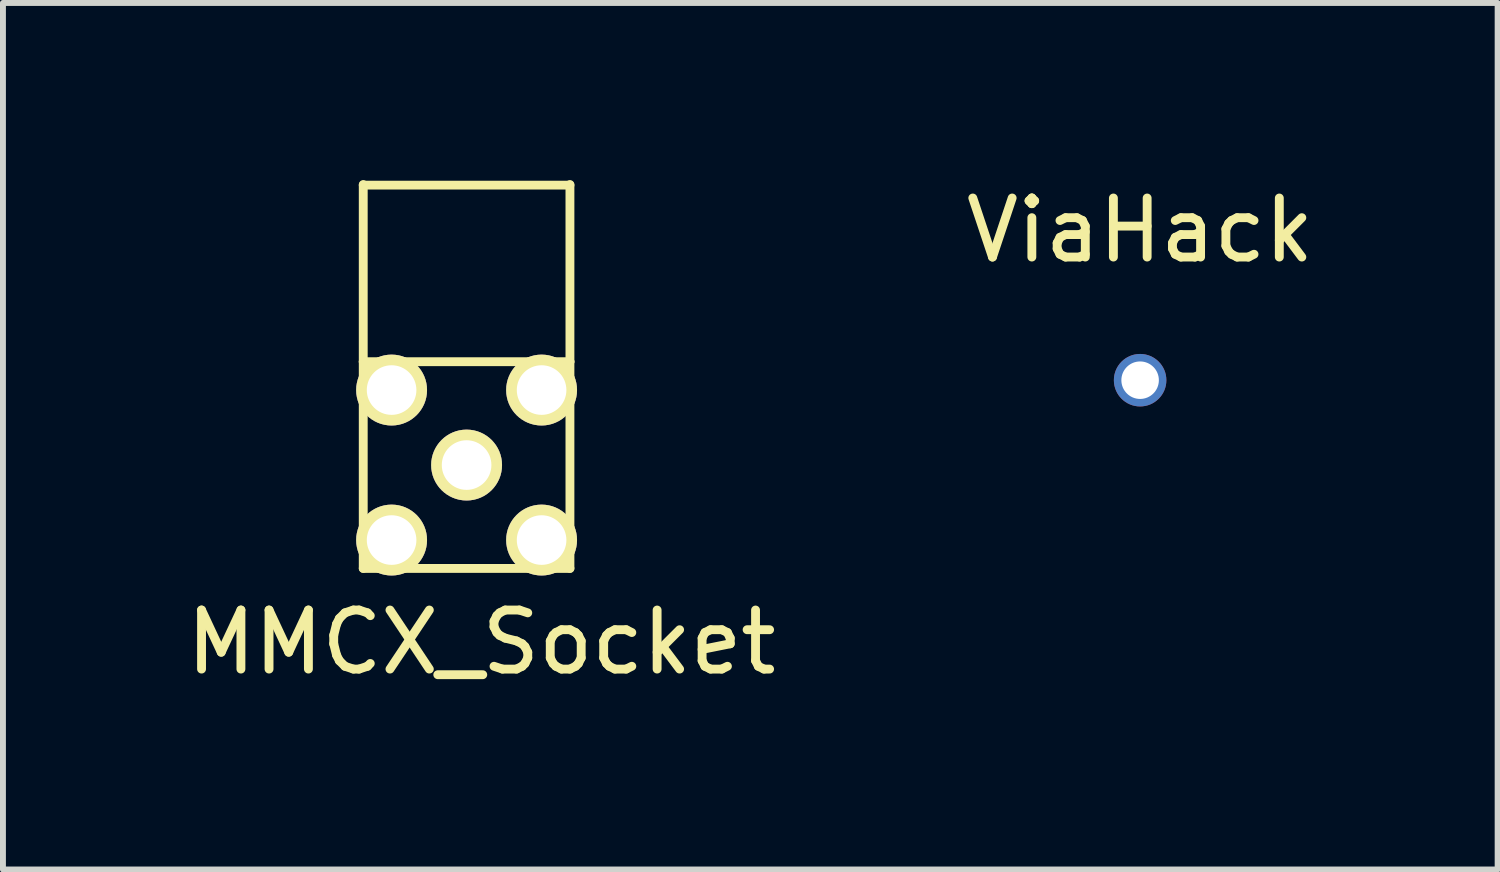
<source format=kicad_pcb>
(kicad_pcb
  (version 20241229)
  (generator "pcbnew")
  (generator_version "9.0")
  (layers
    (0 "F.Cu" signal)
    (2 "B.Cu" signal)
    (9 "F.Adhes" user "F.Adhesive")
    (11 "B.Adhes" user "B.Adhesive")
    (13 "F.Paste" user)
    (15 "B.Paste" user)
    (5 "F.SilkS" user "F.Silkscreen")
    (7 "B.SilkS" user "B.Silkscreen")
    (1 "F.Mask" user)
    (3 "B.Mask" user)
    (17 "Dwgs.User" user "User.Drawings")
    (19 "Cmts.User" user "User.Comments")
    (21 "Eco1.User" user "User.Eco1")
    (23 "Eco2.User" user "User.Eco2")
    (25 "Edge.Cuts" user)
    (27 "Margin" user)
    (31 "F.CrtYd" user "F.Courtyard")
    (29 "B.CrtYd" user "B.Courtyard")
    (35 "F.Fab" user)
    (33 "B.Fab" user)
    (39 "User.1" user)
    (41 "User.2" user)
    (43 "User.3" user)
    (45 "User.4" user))
  (footprint "ViaHack"
    (layer "F.Cu")
    (at 16.256 3.388)
    (property "Reference" "ViaHack" (at 0 -2.54 0) (layer "F.SilkS") (effects (font (size 1 1) (thickness 0.15))))
    (attr through_hole)
    (pad "1" thru_hole circle (at 0 0) (size 0.889 0.889) (drill 0.635) (layers "*.Cu")))
  (footprint "MMCX_Socket"
    (layer "F.Cu")
    (at 4.851 4.825)
    (property "Reference" "MMCX_Socket" (at 0.25 3 0) (layer "F.SilkS") (effects (font (size 1 1) (thickness 0.15))))
    (attr through_hole)
    (fp_line (start -1.75 -4.75) (end -1.75 -1.75) (stroke (width 0.15) (type solid)) (layer "F.SilkS"))
    (fp_line (start -1.75 -1.75) (end -1.75 1.75) (stroke (width 0.15) (type solid)) (layer "F.SilkS"))
    (fp_line (start -1.75 1.75) (end 1.75 1.75) (stroke (width 0.15) (type solid)) (layer "F.SilkS"))
    (fp_line (start 1.75 -4.75) (end 1.75 -1.75) (stroke (width 0.15) (type solid)) (layer "F.SilkS"))
    (fp_line (start 1.75 -4.74) (end -1.75 -4.74) (stroke (width 0.15) (type solid)) (layer "F.SilkS"))
    (fp_line (start 1.75 -1.75) (end -1.75 -1.75) (stroke (width 0.15) (type solid)) (layer "F.SilkS"))
    (fp_line (start 1.75 1.75) (end 1.75 -1.75) (stroke (width 0.15) (type solid)) (layer "F.SilkS"))
    (pad "1" thru_hole circle (at 0 0) (size 1.2 1.2) (drill 0.84) (layers "*.Cu" "*.Mask" "F.SilkS"))
    (pad "2" thru_hole circle (at -1.27 -1.27) (size 1.2 1.2) (drill 0.84) (layers "*.Cu" "*.Mask" "F.SilkS"))
    (pad "2" thru_hole circle (at -1.27 1.27) (size 1.2 1.2) (drill 0.84) (layers "*.Cu" "*.Mask" "F.SilkS"))
    (pad "2" thru_hole circle (at 1.27 -1.27) (size 1.2 1.2) (drill 0.84) (layers "*.Cu" "*.Mask" "F.SilkS"))
    (pad "2" thru_hole circle (at 1.27 1.27) (size 1.2 1.2) (drill 0.84) (layers "*.Cu" "*.Mask" "F.SilkS")))
  (gr_rect
    (start -3 -3)
    (end 22.31 11.673)
    (stroke (width 0.1) (type default))
    (fill no)
    (layer "Edge.Cuts")))
</source>
